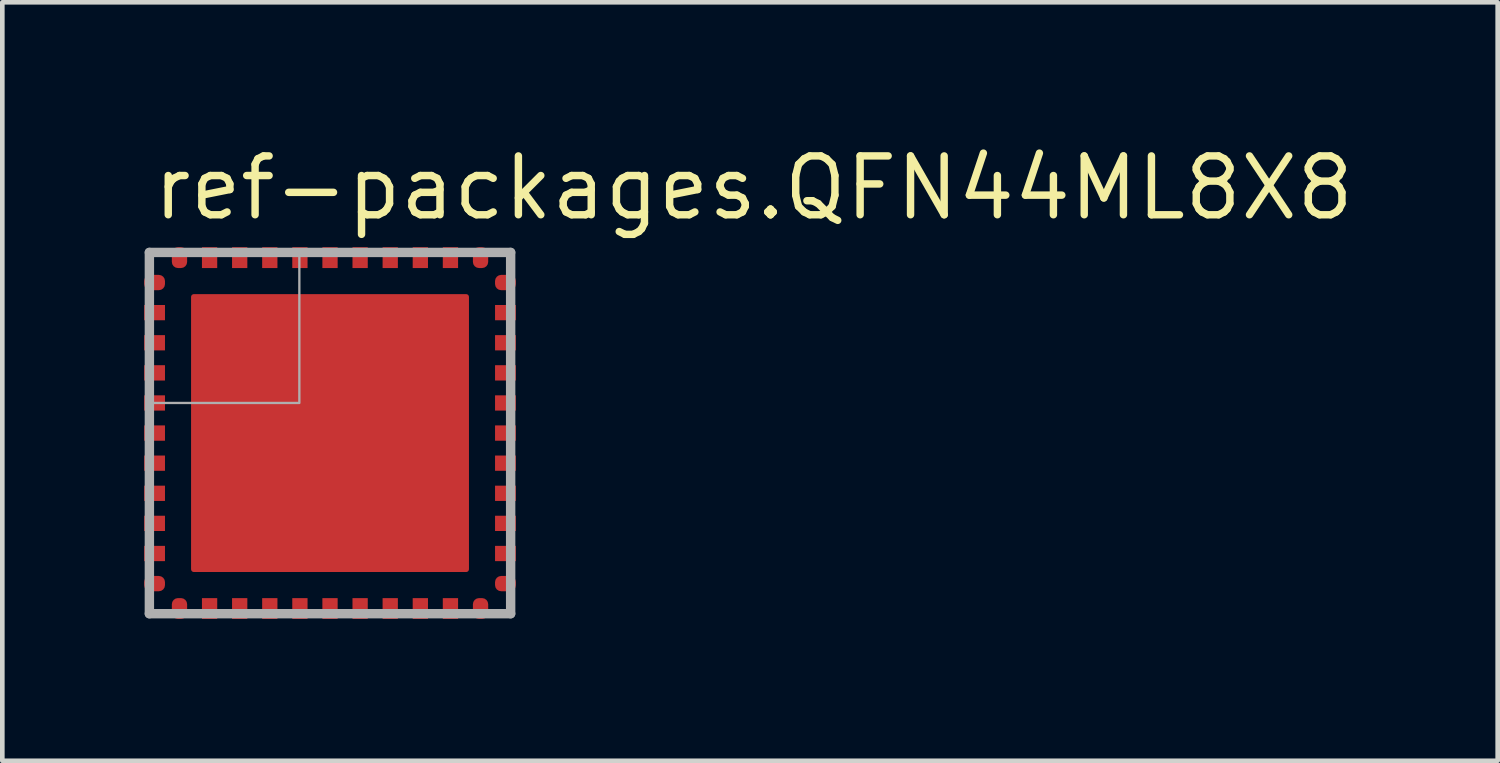
<source format=kicad_pcb>
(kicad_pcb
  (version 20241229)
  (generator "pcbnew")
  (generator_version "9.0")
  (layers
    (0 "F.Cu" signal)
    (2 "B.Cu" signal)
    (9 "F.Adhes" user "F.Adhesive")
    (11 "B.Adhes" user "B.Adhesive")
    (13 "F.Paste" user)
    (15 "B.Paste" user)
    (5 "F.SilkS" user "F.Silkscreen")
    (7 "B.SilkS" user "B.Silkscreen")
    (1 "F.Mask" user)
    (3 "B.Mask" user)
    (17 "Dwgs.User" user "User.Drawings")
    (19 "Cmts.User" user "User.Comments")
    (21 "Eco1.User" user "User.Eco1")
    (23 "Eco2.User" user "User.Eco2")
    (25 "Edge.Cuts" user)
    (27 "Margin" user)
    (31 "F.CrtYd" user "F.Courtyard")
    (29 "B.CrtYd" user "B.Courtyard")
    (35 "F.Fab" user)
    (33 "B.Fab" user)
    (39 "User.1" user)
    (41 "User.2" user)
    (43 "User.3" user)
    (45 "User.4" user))
  (footprint "ref-packages.QFN44ML8X8"
    (layer "F.Cu")
    (at 4.075 6.3)
    (property "Reference" "ref-packages.QFN44ML8X8" (at -3.9 -4.55 0) (layer "F.SilkS") (effects (font (size 1.27 1.27) (thickness 0.16)) (justify left bottom)))
    (attr smd)
    (fp_rect (start -4.05 -3.05) (end -3.525 -3.45) (stroke (width 0.05) (type default)) (fill yes) (layer "F.Mask"))
    (fp_rect (start -4.05 -2.4) (end -3.525 -2.8) (stroke (width 0.05) (type default)) (fill yes) (layer "F.Mask"))
    (fp_rect (start -4.05 -1.75) (end -3.525 -2.15) (stroke (width 0.05) (type default)) (fill yes) (layer "F.Mask"))
    (fp_rect (start -4.05 -1.1) (end -3.525 -1.5) (stroke (width 0.05) (type default)) (fill yes) (layer "F.Mask"))
    (fp_rect (start -4.05 -0.45) (end -3.525 -0.85) (stroke (width 0.05) (type default)) (fill yes) (layer "F.Mask"))
    (fp_rect (start -4.05 0.2) (end -3.525 -0.2) (stroke (width 0.05) (type default)) (fill yes) (layer "F.Mask"))
    (fp_rect (start -4.05 0.85) (end -3.525 0.45) (stroke (width 0.05) (type default)) (fill yes) (layer "F.Mask"))
    (fp_rect (start -4.05 1.5) (end -3.525 1.1) (stroke (width 0.05) (type default)) (fill yes) (layer "F.Mask"))
    (fp_rect (start -4.05 2.15) (end -3.525 1.75) (stroke (width 0.05) (type default)) (fill yes) (layer "F.Mask"))
    (fp_rect (start -4.05 2.8) (end -3.525 2.4) (stroke (width 0.05) (type default)) (fill yes) (layer "F.Mask"))
    (fp_rect (start -4.05 3.45) (end -3.525 3.05) (stroke (width 0.05) (type default)) (fill yes) (layer "F.Mask"))
    (fp_rect (start -3.45 -3.525) (end -3.05 -4.05) (stroke (width 0.05) (type default)) (fill yes) (layer "F.Mask"))
    (fp_rect (start -3.45 4.05) (end -3.05 3.525) (stroke (width 0.05) (type default)) (fill yes) (layer "F.Mask"))
    (fp_rect (start -2.962 2.962) (end 2.962 -2.962) (stroke (width 0.05) (type default)) (fill yes) (layer "F.Mask"))
    (fp_rect (start -2.8 -3.525) (end -2.4 -4.05) (stroke (width 0.05) (type default)) (fill yes) (layer "F.Mask"))
    (fp_rect (start -2.8 4.05) (end -2.4 3.525) (stroke (width 0.05) (type default)) (fill yes) (layer "F.Mask"))
    (fp_rect (start -2.15 -3.525) (end -1.75 -4.05) (stroke (width 0.05) (type default)) (fill yes) (layer "F.Mask"))
    (fp_rect (start -2.15 4.05) (end -1.75 3.525) (stroke (width 0.05) (type default)) (fill yes) (layer "F.Mask"))
    (fp_rect (start -1.5 -3.525) (end -1.1 -4.05) (stroke (width 0.05) (type default)) (fill yes) (layer "F.Mask"))
    (fp_rect (start -1.5 4.05) (end -1.1 3.525) (stroke (width 0.05) (type default)) (fill yes) (layer "F.Mask"))
    (fp_rect (start -0.85 -3.525) (end -0.45 -4.05) (stroke (width 0.05) (type default)) (fill yes) (layer "F.Mask"))
    (fp_rect (start -0.85 4.05) (end -0.45 3.525) (stroke (width 0.05) (type default)) (fill yes) (layer "F.Mask"))
    (fp_rect (start -0.2 -3.525) (end 0.2 -4.05) (stroke (width 0.05) (type default)) (fill yes) (layer "F.Mask"))
    (fp_rect (start -0.2 4.05) (end 0.2 3.525) (stroke (width 0.05) (type default)) (fill yes) (layer "F.Mask"))
    (fp_rect (start 0.45 -3.525) (end 0.85 -4.05) (stroke (width 0.05) (type default)) (fill yes) (layer "F.Mask"))
    (fp_rect (start 0.45 4.05) (end 0.85 3.525) (stroke (width 0.05) (type default)) (fill yes) (layer "F.Mask"))
    (fp_rect (start 1.1 -3.525) (end 1.5 -4.05) (stroke (width 0.05) (type default)) (fill yes) (layer "F.Mask"))
    (fp_rect (start 1.1 4.05) (end 1.5 3.525) (stroke (width 0.05) (type default)) (fill yes) (layer "F.Mask"))
    (fp_rect (start 1.75 -3.525) (end 2.15 -4.05) (stroke (width 0.05) (type default)) (fill yes) (layer "F.Mask"))
    (fp_rect (start 1.75 4.05) (end 2.15 3.525) (stroke (width 0.05) (type default)) (fill yes) (layer "F.Mask"))
    (fp_rect (start 2.4 -3.525) (end 2.8 -4.05) (stroke (width 0.05) (type default)) (fill yes) (layer "F.Mask"))
    (fp_rect (start 2.4 4.05) (end 2.8 3.525) (stroke (width 0.05) (type default)) (fill yes) (layer "F.Mask"))
    (fp_rect (start 3.05 -3.525) (end 3.45 -4.05) (stroke (width 0.05) (type default)) (fill yes) (layer "F.Mask"))
    (fp_rect (start 3.05 4.05) (end 3.45 3.525) (stroke (width 0.05) (type default)) (fill yes) (layer "F.Mask"))
    (fp_rect (start 3.525 -3.05) (end 4.05 -3.45) (stroke (width 0.05) (type default)) (fill yes) (layer "F.Mask"))
    (fp_rect (start 3.525 -2.4) (end 4.05 -2.8) (stroke (width 0.05) (type default)) (fill yes) (layer "F.Mask"))
    (fp_rect (start 3.525 -1.75) (end 4.05 -2.15) (stroke (width 0.05) (type default)) (fill yes) (layer "F.Mask"))
    (fp_rect (start 3.525 -1.1) (end 4.05 -1.5) (stroke (width 0.05) (type default)) (fill yes) (layer "F.Mask"))
    (fp_rect (start 3.525 -0.45) (end 4.05 -0.85) (stroke (width 0.05) (type default)) (fill yes) (layer "F.Mask"))
    (fp_rect (start 3.525 0.2) (end 4.05 -0.2) (stroke (width 0.05) (type default)) (fill yes) (layer "F.Mask"))
    (fp_rect (start 3.525 0.85) (end 4.05 0.45) (stroke (width 0.05) (type default)) (fill yes) (layer "F.Mask"))
    (fp_rect (start 3.525 1.5) (end 4.05 1.1) (stroke (width 0.05) (type default)) (fill yes) (layer "F.Mask"))
    (fp_rect (start 3.525 2.15) (end 4.05 1.75) (stroke (width 0.05) (type default)) (fill yes) (layer "F.Mask"))
    (fp_rect (start 3.525 2.8) (end 4.05 2.4) (stroke (width 0.05) (type default)) (fill yes) (layer "F.Mask"))
    (fp_rect (start 3.525 3.45) (end 4.05 3.05) (stroke (width 0.05) (type default)) (fill yes) (layer "F.Mask"))
    (fp_line (start -3.9 -3.9) (end -3.9 3.9) (stroke (width 0.203) (type default)) (layer "F.Fab"))
    (fp_line (start -3.9 3.9) (end 3.9 3.9) (stroke (width 0.203) (type default)) (layer "F.Fab"))
    (fp_line (start 3.9 -3.9) (end -3.9 -3.9) (stroke (width 0.203) (type default)) (layer "F.Fab"))
    (fp_line (start 3.9 3.9) (end 3.9 -3.9) (stroke (width 0.203) (type default)) (layer "F.Fab"))
    (fp_rect (start -3.837 -0.65) (end -0.662 -3.837) (stroke (width 0.05) (type default)) (fill no) (layer "F.Fab"))
    (pad "1" smd roundrect (at -3.788 -3.25) (size 0.45 0.33) (layers "F.Cu" "F.Mask" "F.Paste") (roundrect_rratio 0.4))
    (pad "2" smd roundrect (at -3.788 -2.6) (size 0.45 0.33) (layers "F.Cu" "F.Mask" "F.Paste") (roundrect_rratio 0.01))
    (pad "3" smd roundrect (at -3.788 -1.95) (size 0.45 0.33) (layers "F.Cu" "F.Mask" "F.Paste") (roundrect_rratio 0.01))
    (pad "4" smd roundrect (at -3.788 -1.3) (size 0.45 0.33) (layers "F.Cu" "F.Mask" "F.Paste") (roundrect_rratio 0.01))
    (pad "5" smd roundrect (at -3.788 -0.65) (size 0.45 0.33) (layers "F.Cu" "F.Mask" "F.Paste") (roundrect_rratio 0.01))
    (pad "6" smd roundrect (at -3.788 0) (size 0.45 0.33) (layers "F.Cu" "F.Mask" "F.Paste") (roundrect_rratio 0.01))
    (pad "7" smd roundrect (at -3.788 0.65) (size 0.45 0.33) (layers "F.Cu" "F.Mask" "F.Paste") (roundrect_rratio 0.01))
    (pad "8" smd roundrect (at -3.788 1.3) (size 0.45 0.33) (layers "F.Cu" "F.Mask" "F.Paste") (roundrect_rratio 0.01))
    (pad "9" smd roundrect (at -3.788 1.95) (size 0.45 0.33) (layers "F.Cu" "F.Mask" "F.Paste") (roundrect_rratio 0.01))
    (pad "10" smd roundrect (at -3.788 2.6) (size 0.45 0.33) (layers "F.Cu" "F.Mask" "F.Paste") (roundrect_rratio 0.01))
    (pad "11" smd roundrect (at -3.788 3.25) (size 0.45 0.33) (layers "F.Cu" "F.Mask" "F.Paste") (roundrect_rratio 0.4))
    (pad "12" smd roundrect (at -3.25 3.788 90) (size 0.45 0.33) (layers "F.Cu" "F.Mask" "F.Paste") (roundrect_rratio 0.4))
    (pad "13" smd roundrect (at -2.6 3.788 90) (size 0.45 0.33) (layers "F.Cu" "F.Mask" "F.Paste") (roundrect_rratio 0.01))
    (pad "14" smd roundrect (at -1.95 3.788 90) (size 0.45 0.33) (layers "F.Cu" "F.Mask" "F.Paste") (roundrect_rratio 0.01))
    (pad "15" smd roundrect (at -1.3 3.788 90) (size 0.45 0.33) (layers "F.Cu" "F.Mask" "F.Paste") (roundrect_rratio 0.01))
    (pad "16" smd roundrect (at -0.65 3.788 90) (size 0.45 0.33) (layers "F.Cu" "F.Mask" "F.Paste") (roundrect_rratio 0.01))
    (pad "17" smd roundrect (at 0 3.788 90) (size 0.45 0.33) (layers "F.Cu" "F.Mask" "F.Paste") (roundrect_rratio 0.01))
    (pad "18" smd roundrect (at 0.65 3.788 90) (size 0.45 0.33) (layers "F.Cu" "F.Mask" "F.Paste") (roundrect_rratio 0.01))
    (pad "19" smd roundrect (at 1.3 3.788 90) (size 0.45 0.33) (layers "F.Cu" "F.Mask" "F.Paste") (roundrect_rratio 0.01))
    (pad "20" smd roundrect (at 1.95 3.788 90) (size 0.45 0.33) (layers "F.Cu" "F.Mask" "F.Paste") (roundrect_rratio 0.01))
    (pad "21" smd roundrect (at 2.6 3.788 90) (size 0.45 0.33) (layers "F.Cu" "F.Mask" "F.Paste") (roundrect_rratio 0.01))
    (pad "22" smd roundrect (at 3.25 3.788 90) (size 0.45 0.33) (layers "F.Cu" "F.Mask" "F.Paste") (roundrect_rratio 0.4))
    (pad "23" smd roundrect (at 3.788 3.25 180) (size 0.45 0.33) (layers "F.Cu" "F.Mask" "F.Paste") (roundrect_rratio 0.4))
    (pad "24" smd roundrect (at 3.788 2.6 180) (size 0.45 0.33) (layers "F.Cu" "F.Mask" "F.Paste") (roundrect_rratio 0.01))
    (pad "25" smd roundrect (at 3.788 1.95 180) (size 0.45 0.33) (layers "F.Cu" "F.Mask" "F.Paste") (roundrect_rratio 0.01))
    (pad "26" smd roundrect (at 3.788 1.3 180) (size 0.45 0.33) (layers "F.Cu" "F.Mask" "F.Paste") (roundrect_rratio 0.01))
    (pad "27" smd roundrect (at 3.788 0.65 180) (size 0.45 0.33) (layers "F.Cu" "F.Mask" "F.Paste") (roundrect_rratio 0.01))
    (pad "28" smd roundrect (at 3.788 0 180) (size 0.45 0.33) (layers "F.Cu" "F.Mask" "F.Paste") (roundrect_rratio 0.01))
    (pad "29" smd roundrect (at 3.788 -0.65 180) (size 0.45 0.33) (layers "F.Cu" "F.Mask" "F.Paste") (roundrect_rratio 0.01))
    (pad "30" smd roundrect (at 3.788 -1.3 180) (size 0.45 0.33) (layers "F.Cu" "F.Mask" "F.Paste") (roundrect_rratio 0.01))
    (pad "31" smd roundrect (at 3.788 -1.95 180) (size 0.45 0.33) (layers "F.Cu" "F.Mask" "F.Paste") (roundrect_rratio 0.01))
    (pad "32" smd roundrect (at 3.788 -2.6 180) (size 0.45 0.33) (layers "F.Cu" "F.Mask" "F.Paste") (roundrect_rratio 0.01))
    (pad "33" smd roundrect (at 3.788 -3.25 180) (size 0.45 0.33) (layers "F.Cu" "F.Mask" "F.Paste") (roundrect_rratio 0.4))
    (pad "34" smd roundrect (at 3.25 -3.788 270) (size 0.45 0.33) (layers "F.Cu" "F.Mask" "F.Paste") (roundrect_rratio 0.4))
    (pad "35" smd roundrect (at 2.6 -3.788 270) (size 0.45 0.33) (layers "F.Cu" "F.Mask" "F.Paste") (roundrect_rratio 0.01))
    (pad "36" smd roundrect (at 1.95 -3.788 270) (size 0.45 0.33) (layers "F.Cu" "F.Mask" "F.Paste") (roundrect_rratio 0.01))
    (pad "37" smd roundrect (at 1.3 -3.788 270) (size 0.45 0.33) (layers "F.Cu" "F.Mask" "F.Paste") (roundrect_rratio 0.01))
    (pad "38" smd roundrect (at 0.65 -3.788 270) (size 0.45 0.33) (layers "F.Cu" "F.Mask" "F.Paste") (roundrect_rratio 0.01))
    (pad "39" smd roundrect (at 0 -3.788 270) (size 0.45 0.33) (layers "F.Cu" "F.Mask" "F.Paste") (roundrect_rratio 0.01))
    (pad "40" smd roundrect (at -0.65 -3.788 270) (size 0.45 0.33) (layers "F.Cu" "F.Mask" "F.Paste") (roundrect_rratio 0.01))
    (pad "41" smd roundrect (at -1.3 -3.788 270) (size 0.45 0.33) (layers "F.Cu" "F.Mask" "F.Paste") (roundrect_rratio 0.01))
    (pad "42" smd roundrect (at -1.95 -3.788 270) (size 0.45 0.33) (layers "F.Cu" "F.Mask" "F.Paste") (roundrect_rratio 0.01))
    (pad "43" smd roundrect (at -2.6 -3.788 270) (size 0.45 0.33) (layers "F.Cu" "F.Mask" "F.Paste") (roundrect_rratio 0.01))
    (pad "44" smd roundrect (at -3.25 -3.788 270) (size 0.45 0.33) (layers "F.Cu" "F.Mask" "F.Paste") (roundrect_rratio 0.4))
    (pad "EXP" smd roundrect (at 0 0) (size 6 6) (layers "F.Cu" "F.Mask" "F.Paste") (roundrect_rratio 0.01)))
  (gr_rect
    (start -3 -3)
    (end 29.285 13.375)
    (stroke (width 0.1) (type default))
    (fill no)
    (layer "Edge.Cuts")))
</source>
